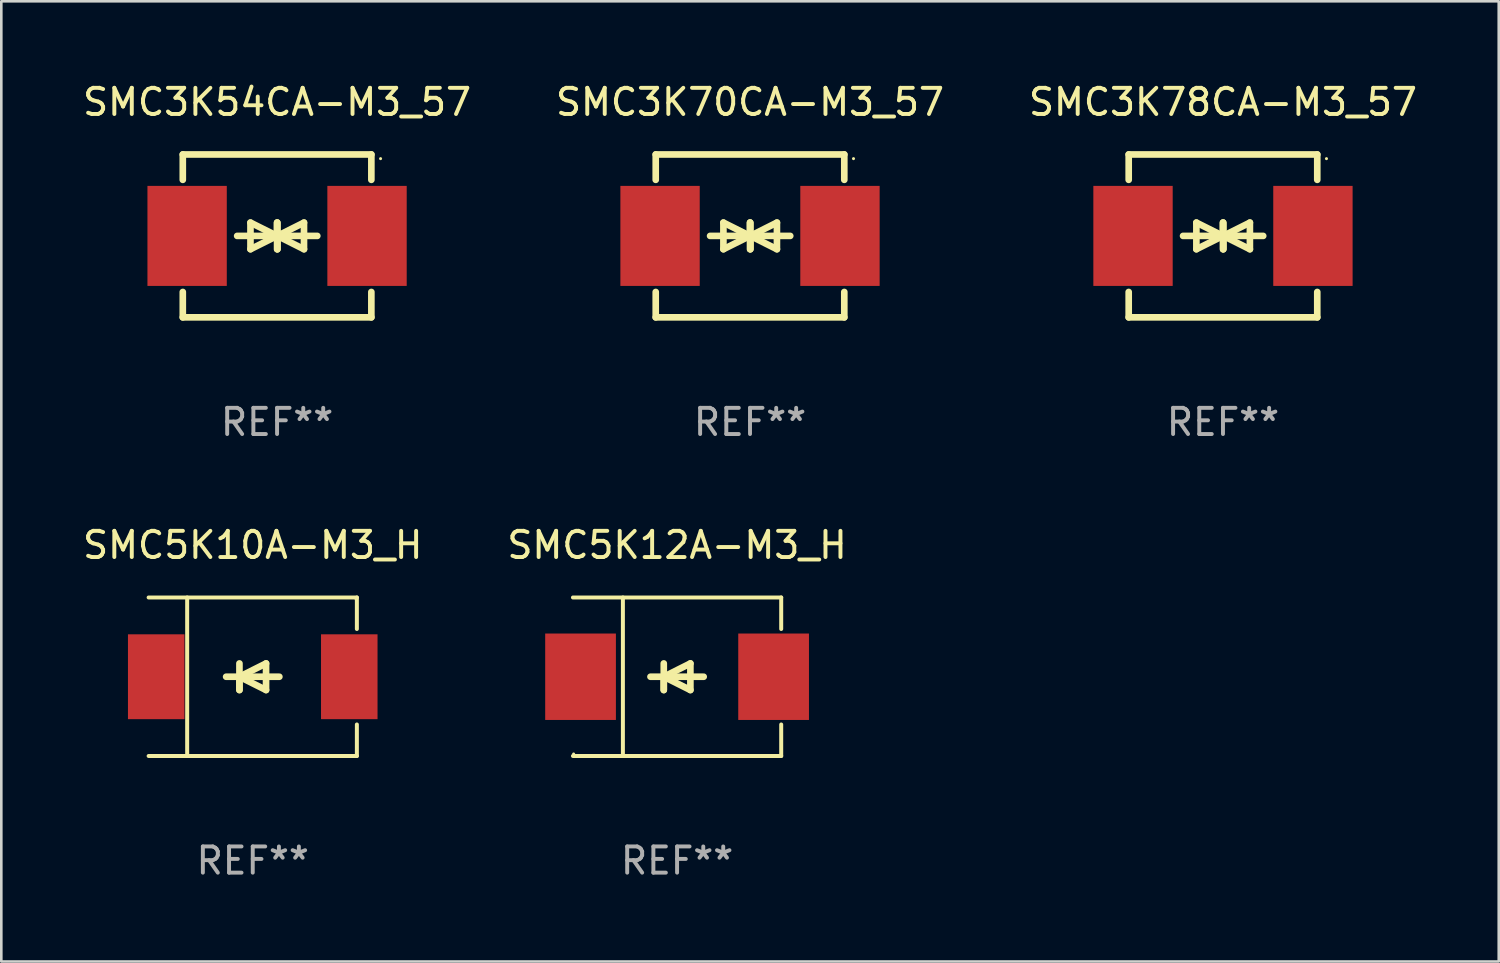
<source format=kicad_pcb>
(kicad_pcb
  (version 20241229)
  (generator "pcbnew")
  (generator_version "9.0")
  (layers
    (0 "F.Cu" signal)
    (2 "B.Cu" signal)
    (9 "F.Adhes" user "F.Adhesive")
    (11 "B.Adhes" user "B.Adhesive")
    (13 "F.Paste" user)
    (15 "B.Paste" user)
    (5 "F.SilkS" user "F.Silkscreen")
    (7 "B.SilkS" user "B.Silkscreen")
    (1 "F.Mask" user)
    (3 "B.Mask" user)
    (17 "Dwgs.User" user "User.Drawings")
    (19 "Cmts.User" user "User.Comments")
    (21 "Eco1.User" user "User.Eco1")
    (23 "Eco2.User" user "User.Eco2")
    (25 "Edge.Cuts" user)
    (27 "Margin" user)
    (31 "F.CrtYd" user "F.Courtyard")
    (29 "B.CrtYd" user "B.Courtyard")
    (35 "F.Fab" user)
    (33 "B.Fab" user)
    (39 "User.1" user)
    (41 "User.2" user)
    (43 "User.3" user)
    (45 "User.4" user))
  (footprint "SMC3K54CA-M3_57"
    (layer "F.Cu")
    (at 7.53 5.958)
    (property "Reference" "SMC3K54CA-M3_57" (at 0 -5.11 0) (layer "F.SilkS") (effects (font (size 1 1) (thickness 0.15))))
    (attr through_hole)
    (fp_line (start -3.6 -2.141) (end -3.6 -3.11) (stroke (width 0.254) (type solid)) (layer "F.SilkS"))
    (fp_line (start -3.6 3.11) (end -3.6 2.141) (stroke (width 0.254) (type solid)) (layer "F.SilkS"))
    (fp_line (start -1.524 0) (end 0.508 0) (stroke (width 0.254) (type solid)) (layer "F.SilkS"))
    (fp_line (start -1.016 -0.508) (end -1.016 0.508) (stroke (width 0.254) (type solid)) (layer "F.SilkS"))
    (fp_line (start -1.016 0.508) (end 0 0) (stroke (width 0.254) (type solid)) (layer "F.SilkS"))
    (fp_line (start 0 -0.508) (end 0 0.508) (stroke (width 0.254) (type solid)) (layer "F.SilkS"))
    (fp_line (start 0 0) (end -1.016 -0.508) (stroke (width 0.254) (type solid)) (layer "F.SilkS"))
    (fp_line (start 0 0) (end 0 -0.508) (stroke (width 0.254) (type solid)) (layer "F.SilkS"))
    (fp_line (start 0.012 0) (end 0.012 0.508) (stroke (width 0.254) (type solid)) (layer "F.SilkS"))
    (fp_line (start 0.012 0) (end 1.028 0.508) (stroke (width 0.254) (type solid)) (layer "F.SilkS"))
    (fp_line (start 0.012 0.508) (end 0.012 -0.508) (stroke (width 0.254) (type solid)) (layer "F.SilkS"))
    (fp_line (start 1.028 -0.508) (end 0.012 0) (stroke (width 0.254) (type solid)) (layer "F.SilkS"))
    (fp_line (start 1.028 0.508) (end 1.028 -0.508) (stroke (width 0.254) (type solid)) (layer "F.SilkS"))
    (fp_line (start 1.536 0) (end -0.496 0) (stroke (width 0.254) (type solid)) (layer "F.SilkS"))
    (fp_line (start 3.6 -3.11) (end -3.6 -3.11) (stroke (width 0.254) (type solid)) (layer "F.SilkS"))
    (fp_line (start 3.6 -2.141) (end 3.6 -3.11) (stroke (width 0.254) (type solid)) (layer "F.SilkS"))
    (fp_line (start 3.6 3.11) (end -3.6 3.11) (stroke (width 0.254) (type solid)) (layer "F.SilkS"))
    (fp_line (start 3.6 3.11) (end 3.6 2.141) (stroke (width 0.254) (type solid)) (layer "F.SilkS"))
    (fp_circle (center 3.952 -2.95) (end 3.982 -2.95) (stroke (width 0.06) (type solid)) (fill no) (layer "F.SilkS"))
    (fp_text user "REF**" (at 0 7.11 0) (layer "F.Fab") (effects (font (size 1 1) (thickness 0.15))))
    (pad "1" smd rect (at 3.435 0) (size 3.03 3.82) (layers "F.Cu" "F.Mask" "F.Paste"))
    (pad "2" smd rect (at -3.435 0) (size 3.03 3.82) (layers "F.Cu" "F.Mask" "F.Paste")))
  (footprint "SMC3K70CA-M3_57"
    (layer "F.Cu")
    (at 25.589 5.958)
    (property "Reference" "SMC3K70CA-M3_57" (at 0 -5.11 0) (layer "F.SilkS") (effects (font (size 1 1) (thickness 0.15))))
    (attr through_hole)
    (fp_line (start -3.6 -2.141) (end -3.6 -3.11) (stroke (width 0.254) (type solid)) (layer "F.SilkS"))
    (fp_line (start -3.6 3.11) (end -3.6 2.141) (stroke (width 0.254) (type solid)) (layer "F.SilkS"))
    (fp_line (start -1.524 0) (end 0.508 0) (stroke (width 0.254) (type solid)) (layer "F.SilkS"))
    (fp_line (start -1.016 -0.508) (end -1.016 0.508) (stroke (width 0.254) (type solid)) (layer "F.SilkS"))
    (fp_line (start -1.016 0.508) (end 0 0) (stroke (width 0.254) (type solid)) (layer "F.SilkS"))
    (fp_line (start 0 -0.508) (end 0 0.508) (stroke (width 0.254) (type solid)) (layer "F.SilkS"))
    (fp_line (start 0 0) (end -1.016 -0.508) (stroke (width 0.254) (type solid)) (layer "F.SilkS"))
    (fp_line (start 0 0) (end 0 -0.508) (stroke (width 0.254) (type solid)) (layer "F.SilkS"))
    (fp_line (start 0.012 0) (end 0.012 0.508) (stroke (width 0.254) (type solid)) (layer "F.SilkS"))
    (fp_line (start 0.012 0) (end 1.028 0.508) (stroke (width 0.254) (type solid)) (layer "F.SilkS"))
    (fp_line (start 0.012 0.508) (end 0.012 -0.508) (stroke (width 0.254) (type solid)) (layer "F.SilkS"))
    (fp_line (start 1.028 -0.508) (end 0.012 0) (stroke (width 0.254) (type solid)) (layer "F.SilkS"))
    (fp_line (start 1.028 0.508) (end 1.028 -0.508) (stroke (width 0.254) (type solid)) (layer "F.SilkS"))
    (fp_line (start 1.536 0) (end -0.496 0) (stroke (width 0.254) (type solid)) (layer "F.SilkS"))
    (fp_line (start 3.6 -3.11) (end -3.6 -3.11) (stroke (width 0.254) (type solid)) (layer "F.SilkS"))
    (fp_line (start 3.6 -2.141) (end 3.6 -3.11) (stroke (width 0.254) (type solid)) (layer "F.SilkS"))
    (fp_line (start 3.6 3.11) (end -3.6 3.11) (stroke (width 0.254) (type solid)) (layer "F.SilkS"))
    (fp_line (start 3.6 3.11) (end 3.6 2.141) (stroke (width 0.254) (type solid)) (layer "F.SilkS"))
    (fp_circle (center 3.952 -2.95) (end 3.982 -2.95) (stroke (width 0.06) (type solid)) (fill no) (layer "F.SilkS"))
    (fp_text user "REF**" (at 0 7.11 0) (layer "F.Fab") (effects (font (size 1 1) (thickness 0.15))))
    (pad "1" smd rect (at 3.435 0) (size 3.03 3.82) (layers "F.Cu" "F.Mask" "F.Paste"))
    (pad "2" smd rect (at -3.435 0) (size 3.03 3.82) (layers "F.Cu" "F.Mask" "F.Paste")))
  (footprint "SMC5K10A-M3_H"
    (layer "F.Cu")
    (at 6.601 22.791)
    (property "Reference" "SMC5K10A-M3_H" (at 0 -5.026 0) (layer "F.SilkS") (effects (font (size 1 1) (thickness 0.15))))
    (attr through_hole)
    (fp_line (start -3.976 -3.026) (end 3.976 -3.026) (stroke (width 0.152) (type solid)) (layer "F.SilkS"))
    (fp_line (start -3.976 3.026) (end 3.976 3.026) (stroke (width 0.152) (type solid)) (layer "F.SilkS"))
    (fp_line (start -2.504 -3.026) (end -2.504 3.026) (stroke (width 0.152) (type solid)) (layer "F.SilkS"))
    (fp_line (start -0.508 0) (end -0.508 0.508) (stroke (width 0.254) (type solid)) (layer "F.SilkS"))
    (fp_line (start -0.508 0) (end 0.508 0.508) (stroke (width 0.254) (type solid)) (layer "F.SilkS"))
    (fp_line (start -0.508 0.508) (end -0.508 -0.508) (stroke (width 0.254) (type solid)) (layer "F.SilkS"))
    (fp_line (start 0.508 -0.508) (end -0.508 0) (stroke (width 0.254) (type solid)) (layer "F.SilkS"))
    (fp_line (start 0.508 0.508) (end 0.508 -0.508) (stroke (width 0.254) (type solid)) (layer "F.SilkS"))
    (fp_line (start 1.016 0) (end -1.016 0) (stroke (width 0.254) (type solid)) (layer "F.SilkS"))
    (fp_line (start 3.976 -3.026) (end 3.976 -1.823) (stroke (width 0.152) (type solid)) (layer "F.SilkS"))
    (fp_line (start 3.976 3.026) (end 3.976 1.823) (stroke (width 0.152) (type solid)) (layer "F.SilkS"))
    (fp_circle (center 3.95 -2.95) (end 3.98 -2.95) (stroke (width 0.06) (type solid)) (fill no) (layer "F.SilkS"))
    (fp_text user "REF**" (at 0 7.026 0) (layer "F.Fab") (effects (font (size 1 1) (thickness 0.15))))
    (pad "1" smd rect (at 3.686 0 180) (size 2.158 3.24) (layers "F.Cu" "F.Mask" "F.Paste"))
    (pad "2" smd rect (at -3.686 0 180) (size 2.158 3.24) (layers "F.Cu" "F.Mask" "F.Paste")))
  (footprint "SMC3K78CA-M3_57"
    (layer "F.Cu")
    (at 43.649 5.958)
    (property "Reference" "SMC3K78CA-M3_57" (at 0 -5.11 0) (layer "F.SilkS") (effects (font (size 1 1) (thickness 0.15))))
    (attr through_hole)
    (fp_line (start -3.6 -2.141) (end -3.6 -3.11) (stroke (width 0.254) (type solid)) (layer "F.SilkS"))
    (fp_line (start -3.6 3.11) (end -3.6 2.141) (stroke (width 0.254) (type solid)) (layer "F.SilkS"))
    (fp_line (start -1.524 0) (end 0.508 0) (stroke (width 0.254) (type solid)) (layer "F.SilkS"))
    (fp_line (start -1.016 -0.508) (end -1.016 0.508) (stroke (width 0.254) (type solid)) (layer "F.SilkS"))
    (fp_line (start -1.016 0.508) (end 0 0) (stroke (width 0.254) (type solid)) (layer "F.SilkS"))
    (fp_line (start 0 -0.508) (end 0 0.508) (stroke (width 0.254) (type solid)) (layer "F.SilkS"))
    (fp_line (start 0 0) (end -1.016 -0.508) (stroke (width 0.254) (type solid)) (layer "F.SilkS"))
    (fp_line (start 0 0) (end 0 -0.508) (stroke (width 0.254) (type solid)) (layer "F.SilkS"))
    (fp_line (start 0.012 0) (end 0.012 0.508) (stroke (width 0.254) (type solid)) (layer "F.SilkS"))
    (fp_line (start 0.012 0) (end 1.028 0.508) (stroke (width 0.254) (type solid)) (layer "F.SilkS"))
    (fp_line (start 0.012 0.508) (end 0.012 -0.508) (stroke (width 0.254) (type solid)) (layer "F.SilkS"))
    (fp_line (start 1.028 -0.508) (end 0.012 0) (stroke (width 0.254) (type solid)) (layer "F.SilkS"))
    (fp_line (start 1.028 0.508) (end 1.028 -0.508) (stroke (width 0.254) (type solid)) (layer "F.SilkS"))
    (fp_line (start 1.536 0) (end -0.496 0) (stroke (width 0.254) (type solid)) (layer "F.SilkS"))
    (fp_line (start 3.6 -3.11) (end -3.6 -3.11) (stroke (width 0.254) (type solid)) (layer "F.SilkS"))
    (fp_line (start 3.6 -2.141) (end 3.6 -3.11) (stroke (width 0.254) (type solid)) (layer "F.SilkS"))
    (fp_line (start 3.6 3.11) (end -3.6 3.11) (stroke (width 0.254) (type solid)) (layer "F.SilkS"))
    (fp_line (start 3.6 3.11) (end 3.6 2.141) (stroke (width 0.254) (type solid)) (layer "F.SilkS"))
    (fp_circle (center 3.952 -2.95) (end 3.982 -2.95) (stroke (width 0.06) (type solid)) (fill no) (layer "F.SilkS"))
    (fp_text user "REF**" (at 0 7.11 0) (layer "F.Fab") (effects (font (size 1 1) (thickness 0.15))))
    (pad "1" smd rect (at 3.435 0) (size 3.03 3.82) (layers "F.Cu" "F.Mask" "F.Paste"))
    (pad "2" smd rect (at -3.435 0) (size 3.03 3.82) (layers "F.Cu" "F.Mask" "F.Paste")))
  (footprint "SMC5K12A-M3_H"
    (layer "F.Cu")
    (at 22.804 22.791)
    (property "Reference" "SMC5K12A-M3_H" (at 0 -5.026 0) (layer "F.SilkS") (effects (font (size 1 1) (thickness 0.15))))
    (attr through_hole)
    (fp_line (start -3.976 -3.026) (end 3.976 -3.026) (stroke (width 0.152) (type solid)) (layer "F.SilkS"))
    (fp_line (start -3.976 3.026) (end 3.976 3.026) (stroke (width 0.152) (type solid)) (layer "F.SilkS"))
    (fp_line (start -2.069 -3.026) (end -2.069 3.026) (stroke (width 0.152) (type solid)) (layer "F.SilkS"))
    (fp_line (start -0.508 0) (end -0.508 0.508) (stroke (width 0.254) (type solid)) (layer "F.SilkS"))
    (fp_line (start -0.508 0) (end 0.508 0.508) (stroke (width 0.254) (type solid)) (layer "F.SilkS"))
    (fp_line (start -0.508 0.508) (end -0.508 -0.508) (stroke (width 0.254) (type solid)) (layer "F.SilkS"))
    (fp_line (start 0.508 -0.508) (end -0.508 0) (stroke (width 0.254) (type solid)) (layer "F.SilkS"))
    (fp_line (start 0.508 0.508) (end 0.508 -0.508) (stroke (width 0.254) (type solid)) (layer "F.SilkS"))
    (fp_line (start 1.016 0) (end -1.016 0) (stroke (width 0.254) (type solid)) (layer "F.SilkS"))
    (fp_line (start 3.976 -3.026) (end 3.976 -1.823) (stroke (width 0.152) (type solid)) (layer "F.SilkS"))
    (fp_line (start 3.976 3.026) (end 3.976 1.823) (stroke (width 0.152) (type solid)) (layer "F.SilkS"))
    (fp_circle (center -3.95 2.95) (end -3.92 2.95) (stroke (width 0.06) (type solid)) (fill no) (layer "F.SilkS"))
    (fp_text user "REF**" (at 0 7.026 0) (layer "F.Fab") (effects (font (size 1 1) (thickness 0.15))))
    (pad "1" smd rect (at -3.686 0) (size 2.7 3.3) (layers "F.Cu" "F.Mask" "F.Paste"))
    (pad "2" smd rect (at 3.686 0) (size 2.7 3.3) (layers "F.Cu" "F.Mask" "F.Paste")))
  (gr_rect
    (start -3 -3)
    (end 54.179 33.665)
    (stroke (width 0.1) (type default))
    (fill no)
    (layer "Edge.Cuts")))
</source>
